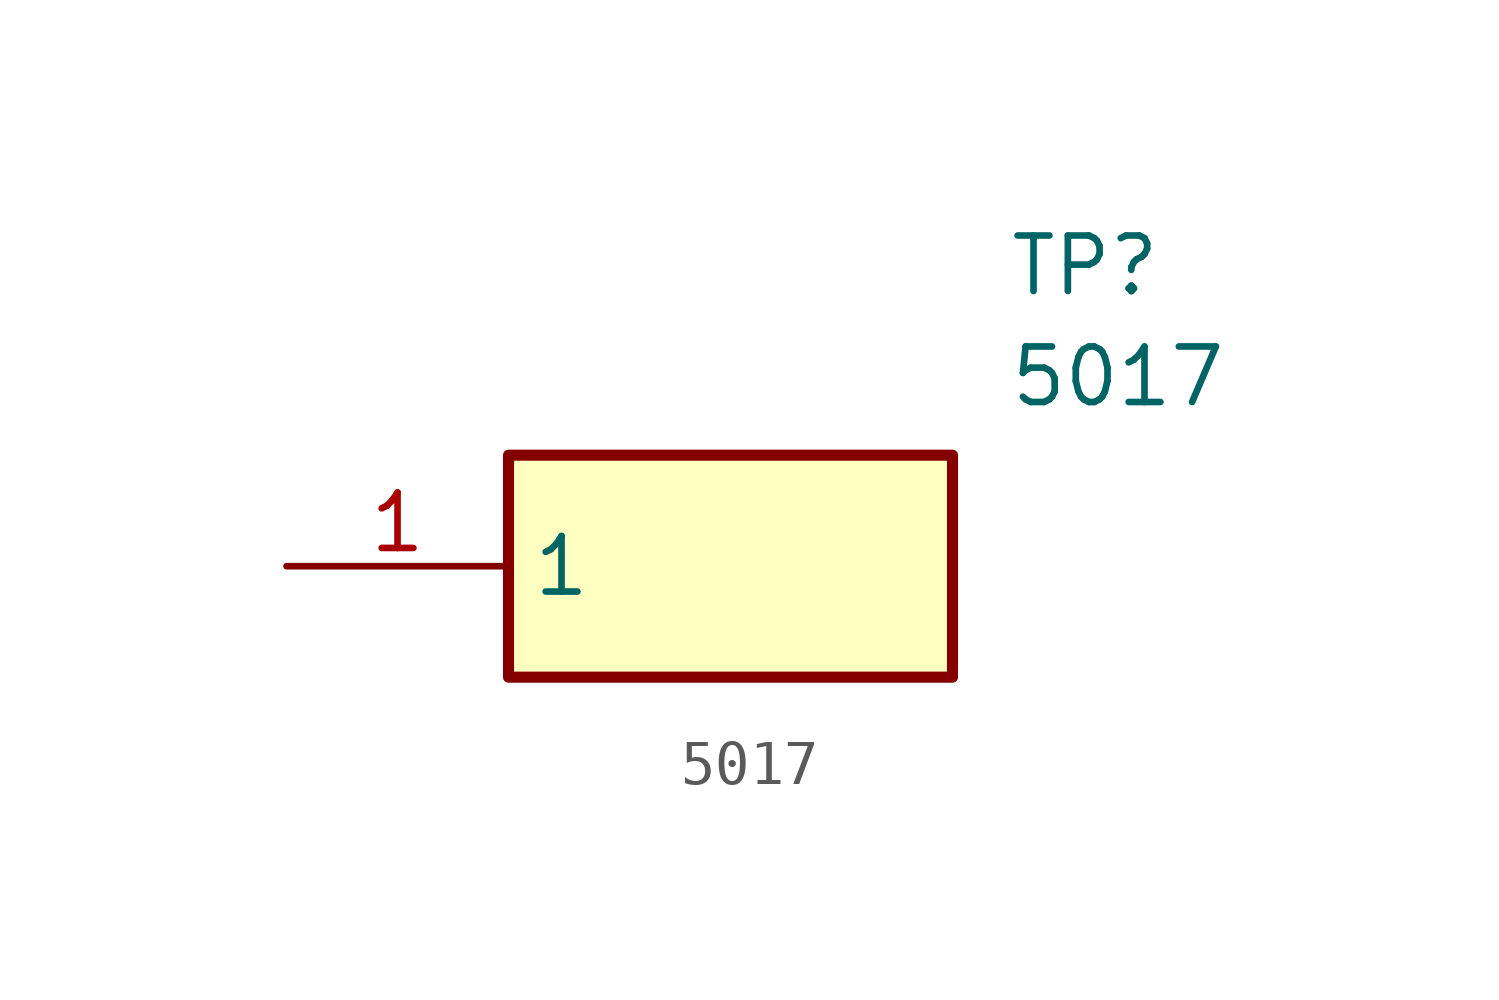
<source format=kicad_sym>
(kicad_symbol_lib
  (version 20211014)
  (generator SamacSys_ECAD_Model)
  (symbol "5017"
    (property "Reference" "TP"
      (at 16.51 7.62 0)
      (effects (font (size 1.27 1.27)) (justify left top)))
    (property "Value" "5017"
      (at 16.51 5.08 0)
      (effects (font (size 1.27 1.27)) (justify left top)))
    (rectangle
      (start 5.08 2.54)
      (end 15.24 -2.54)
      (stroke (width 0.254) (type default))
      (fill (type background)))
    (pin passive line
      (at 0 0 0)
      (length 5.08)
      (name "1" (effects (font (size 1.27 1.27))))
      (number "1" (effects (font (size 1.27 1.27)))))))
</source>
